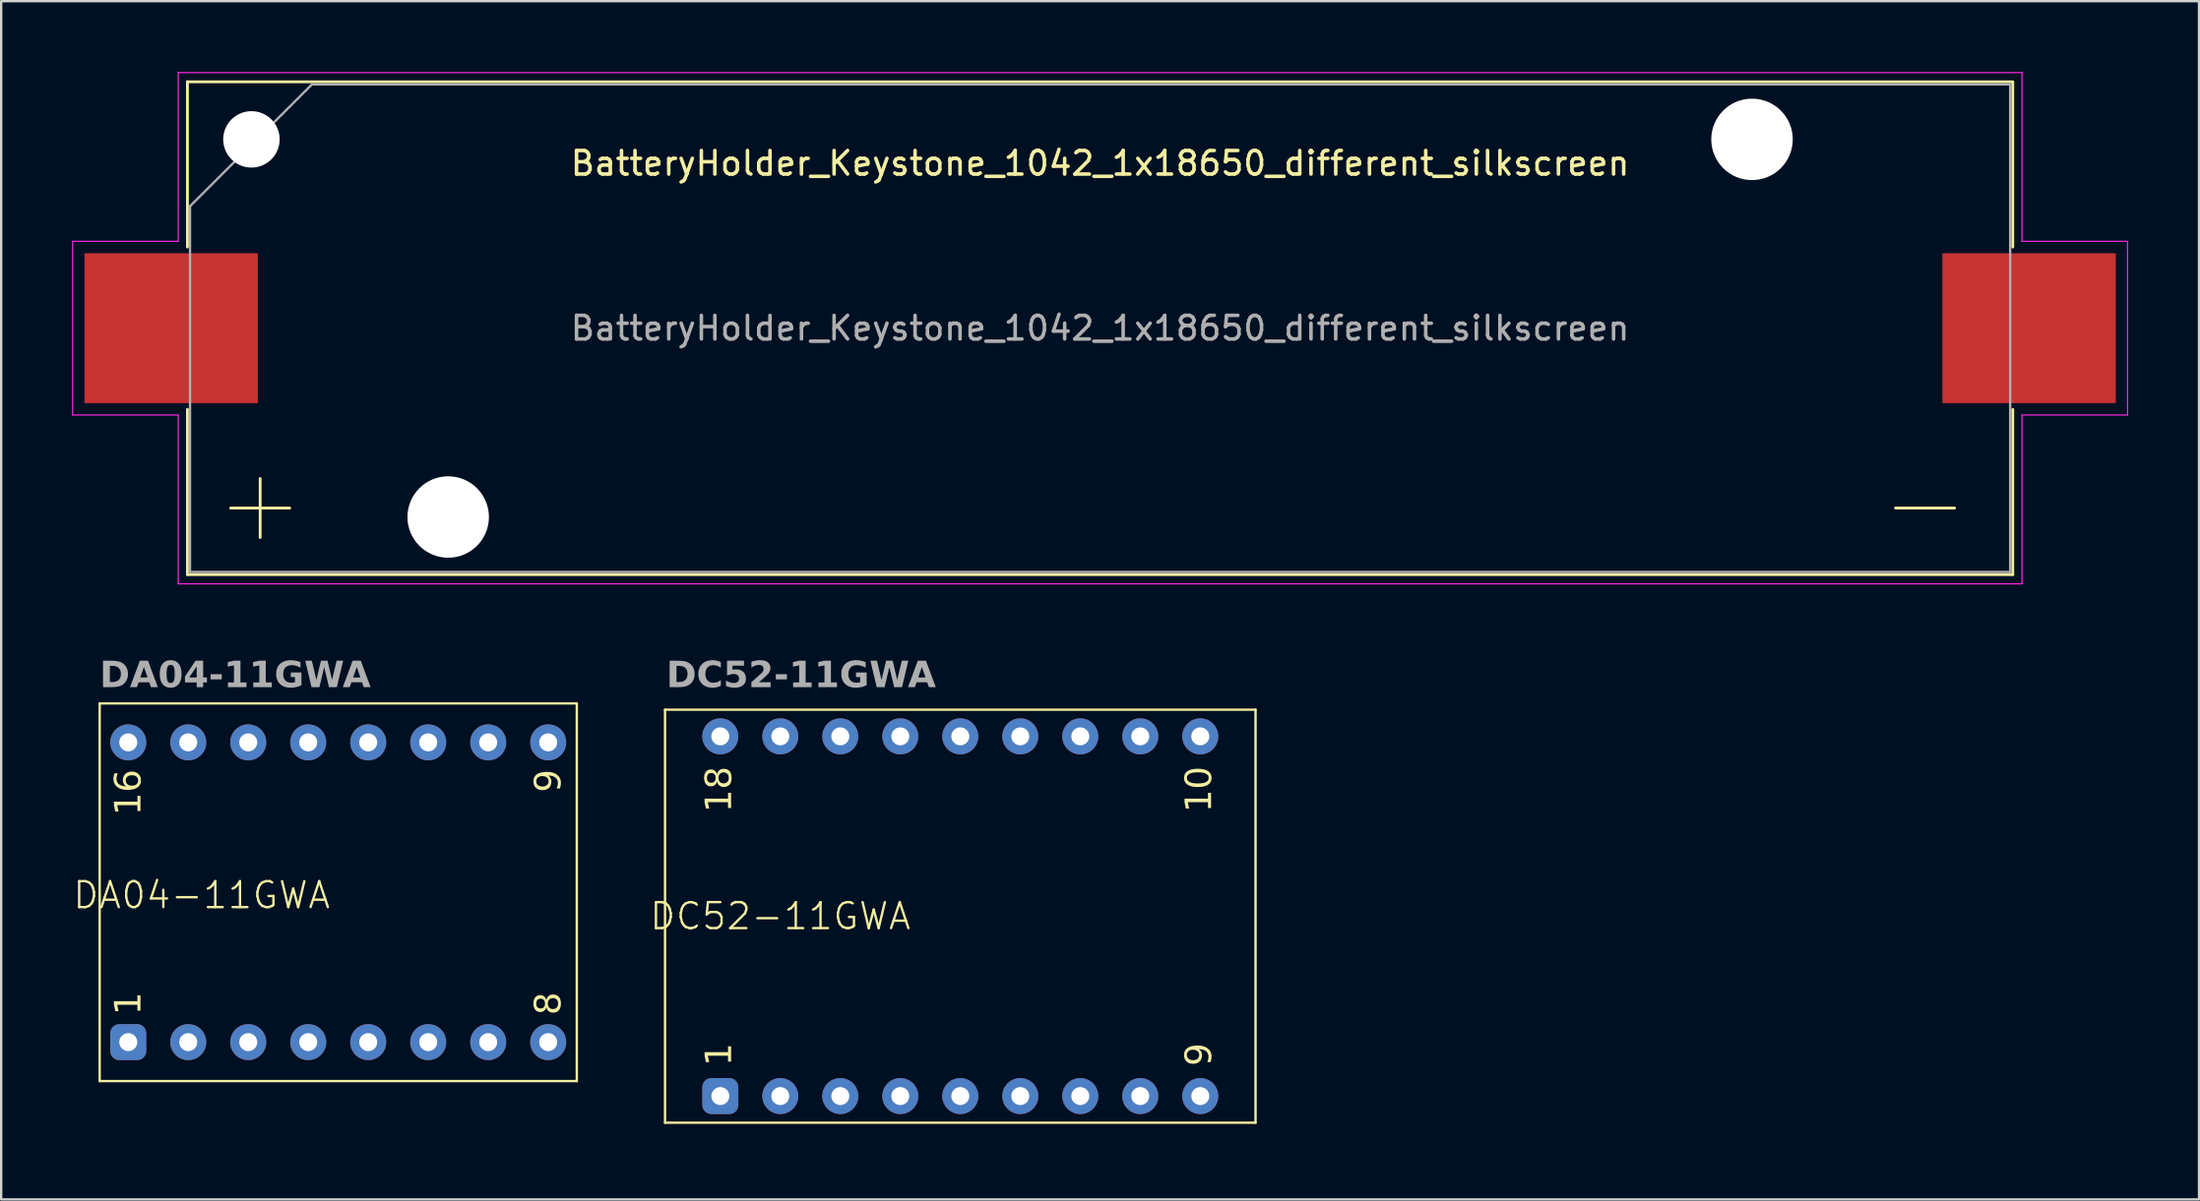
<source format=kicad_pcb>
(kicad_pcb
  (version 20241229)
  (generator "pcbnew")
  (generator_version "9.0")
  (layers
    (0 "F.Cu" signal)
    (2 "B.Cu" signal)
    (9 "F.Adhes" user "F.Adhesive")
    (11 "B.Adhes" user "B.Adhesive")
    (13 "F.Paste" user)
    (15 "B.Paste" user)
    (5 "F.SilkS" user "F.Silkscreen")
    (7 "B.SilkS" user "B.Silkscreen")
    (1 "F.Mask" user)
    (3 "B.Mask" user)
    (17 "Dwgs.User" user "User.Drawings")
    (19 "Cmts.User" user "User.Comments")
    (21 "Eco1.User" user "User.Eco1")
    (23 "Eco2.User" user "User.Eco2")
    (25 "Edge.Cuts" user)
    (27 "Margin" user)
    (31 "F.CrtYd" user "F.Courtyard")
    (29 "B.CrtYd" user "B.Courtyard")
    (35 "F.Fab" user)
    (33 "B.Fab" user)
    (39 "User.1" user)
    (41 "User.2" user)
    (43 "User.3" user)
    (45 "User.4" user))
  (footprint "BatteryHolder_Keystone_1042_1x18650_different_silkscreen"
    (layer "F.Cu")
    (at 43.525 10.855)
    (property "Reference" "BatteryHolder_Keystone_1042_1x18650_different_silkscreen" (at 0 -6.985 0) (layer "F.SilkS") (effects (font (size 1 1) (thickness 0.15))))
    (attr smd)
    (fp_line (start -38.64 -10.44) (end -38.64 -3.44) (stroke (width 0.12) (type solid)) (layer "F.SilkS"))
    (fp_line (start -38.64 10.44) (end -38.64 3.44) (stroke (width 0.12) (type solid)) (layer "F.SilkS"))
    (fp_line (start -36.81 7.62) (end -34.31 7.62) (stroke (width 0.12) (type solid)) (layer "F.SilkS"))
    (fp_line (start -35.56 8.87) (end -35.56 6.37) (stroke (width 0.12) (type solid)) (layer "F.SilkS"))
    (fp_line (start 36.175 7.62) (end 33.675 7.62) (stroke (width 0.12) (type solid)) (layer "F.SilkS"))
    (fp_line (start 38.64 -10.44) (end -38.64 -10.44) (stroke (width 0.12) (type solid)) (layer "F.SilkS"))
    (fp_line (start 38.64 -3.44) (end 38.64 -10.42) (stroke (width 0.12) (type solid)) (layer "F.SilkS"))
    (fp_line (start 38.64 3.44) (end 38.64 10.44) (stroke (width 0.12) (type solid)) (layer "F.SilkS"))
    (fp_line (start 38.64 10.44) (end -38.64 10.44) (stroke (width 0.12) (type solid)) (layer "F.SilkS"))
    (fp_line (start -43.5 -3.68) (end -39.03 -3.68) (stroke (width 0.05) (type solid)) (layer "F.CrtYd"))
    (fp_line (start -43.5 3.68) (end -43.5 -3.68) (stroke (width 0.05) (type solid)) (layer "F.CrtYd"))
    (fp_line (start -39.03 -10.83) (end -39.03 -3.68) (stroke (width 0.05) (type solid)) (layer "F.CrtYd"))
    (fp_line (start -39.03 -10.83) (end 39.03 -10.83) (stroke (width 0.05) (type solid)) (layer "F.CrtYd"))
    (fp_line (start -39.03 3.68) (end -43.5 3.68) (stroke (width 0.05) (type solid)) (layer "F.CrtYd"))
    (fp_line (start -39.03 10.83) (end -39.03 3.68) (stroke (width 0.05) (type solid)) (layer "F.CrtYd"))
    (fp_line (start -39.03 10.83) (end 39.03 10.83) (stroke (width 0.05) (type solid)) (layer "F.CrtYd"))
    (fp_line (start 39.03 -10.83) (end 39.03 -3.68) (stroke (width 0.05) (type solid)) (layer "F.CrtYd"))
    (fp_line (start 39.03 3.68) (end 43.5 3.68) (stroke (width 0.05) (type solid)) (layer "F.CrtYd"))
    (fp_line (start 39.03 10.83) (end 39.03 3.68) (stroke (width 0.05) (type solid)) (layer "F.CrtYd"))
    (fp_line (start 43.5 -3.68) (end 39.03 -3.68) (stroke (width 0.05) (type solid)) (layer "F.CrtYd"))
    (fp_line (start 43.5 3.68) (end 43.5 -3.68) (stroke (width 0.05) (type solid)) (layer "F.CrtYd"))
    (fp_line (start -38.53 -5.168) (end -38.53 10.33) (stroke (width 0.1) (type solid)) (layer "F.Fab"))
    (fp_line (start -38.53 10.33) (end 38.53 10.33) (stroke (width 0.1) (type solid)) (layer "F.Fab"))
    (fp_line (start -33.367 -10.33) (end -38.53 -5.168) (stroke (width 0.1) (type solid)) (layer "F.Fab"))
    (fp_line (start -33.367 -10.33) (end 38.53 -10.33) (stroke (width 0.1) (type solid)) (layer "F.Fab"))
    (fp_line (start 38.53 -10.33) (end 38.53 10.33) (stroke (width 0.1) (type solid)) (layer "F.Fab"))
    (fp_text user "${REFERENCE}" (at 0 0 0) (layer "F.Fab") (effects (font (size 1 1) (thickness 0.15))))
    (pad "" np_thru_hole circle (at -35.93 -8) (size 2.39 2.39) (drill 2.39) (layers "*.Cu" "*.Mask"))
    (pad "" np_thru_hole circle (at -27.6 8) (size 3.45 3.45) (drill 3.45) (layers "*.Cu" "*.Mask"))
    (pad "" np_thru_hole circle (at 27.6 -8) (size 3.45 3.45) (drill 3.45) (layers "*.Cu" "*.Mask"))
    (pad "1" smd rect (at -39.33 0) (size 7.34 6.35) (layers "F.Cu" "F.Mask" "F.Paste"))
    (pad "2" smd rect (at 39.33 0) (size 7.34 6.35) (layers "F.Cu" "F.Mask" "F.Paste")))
  (footprint "DA04-11GWA"
    (layer "F.Cu")
    (at 1.17 42.753)
    (property "Reference" "DA04-11GWA" (at 4.318 -7.874 0) (unlocked yes) (layer "F.SilkS") (effects (font (size 1.1 1.1) (thickness 0.1))))
    (attr through_hole)
    (fp_line (start 0 -16) (end 0 0) (stroke (width 0.1) (type default)) (layer "F.SilkS"))
    (fp_line (start 0 0) (end 20.2 0) (stroke (width 0.1) (type default)) (layer "F.SilkS"))
    (fp_line (start 20.2 -16) (end 0 -16) (stroke (width 0.1) (type default)) (layer "F.SilkS"))
    (fp_line (start 20.2 0) (end 20.2 -16) (stroke (width 0.1) (type default)) (layer "F.SilkS"))
    (fp_text user "9" (at 19.05 -13.208 90) (unlocked yes) (layer "F.SilkS") (effects (font (face "JetBrains Mono") (size 1.1 1.1) (thickness 0.1)) (justify right)))
    (fp_text user "1" (at 1.27 -2.794 90) (unlocked yes) (layer "F.SilkS") (effects (font (face "JetBrains Mono Medium") (size 1.1 1.1) (thickness 0.1)) (justify left)))
    (fp_text user "8" (at 19.05 -2.794 90) (unlocked yes) (layer "F.SilkS") (effects (font (face "JetBrains Mono Medium") (size 1.1 1.1) (thickness 0.1)) (justify left)))
    (fp_text user "16" (at 1.27 -13.208 90) (unlocked yes) (layer "F.SilkS") (effects (font (face "JetBrains Mono Medium") (size 1.1 1.1) (thickness 0.1)) (justify right)))
    (fp_text user "${REFERENCE}" (at 0 -17.145 0) (unlocked yes) (layer "F.Fab") (effects (font (face "JetBrains Mono Medium") (size 1.1 1.1) (thickness 0.23) (bold yes)) (justify left)))
    (pad "1" thru_hole roundrect (at 1.21 -1.65) (size 1.524 1.524) (drill 0.762) (layers "*.Cu" "*.Mask") (roundrect_rratio 0.25))
    (pad "2" thru_hole circle (at 3.75 -1.65) (size 1.524 1.524) (drill 0.762) (layers "*.Cu" "*.Mask"))
    (pad "3" thru_hole circle (at 6.29 -1.65) (size 1.524 1.524) (drill 0.762) (layers "*.Cu" "*.Mask"))
    (pad "4" thru_hole circle (at 8.83 -1.65) (size 1.524 1.524) (drill 0.762) (layers "*.Cu" "*.Mask"))
    (pad "5" thru_hole circle (at 11.37 -1.65) (size 1.524 1.524) (drill 0.762) (layers "*.Cu" "*.Mask"))
    (pad "6" thru_hole circle (at 13.91 -1.65) (size 1.524 1.524) (drill 0.762) (layers "*.Cu" "*.Mask"))
    (pad "7" thru_hole circle (at 16.45 -1.65) (size 1.524 1.524) (drill 0.762) (layers "*.Cu" "*.Mask"))
    (pad "8" thru_hole circle (at 18.99 -1.65) (size 1.524 1.524) (drill 0.762) (layers "*.Cu" "*.Mask"))
    (pad "9" thru_hole circle (at 18.99 -14.35) (size 1.524 1.524) (drill 0.762) (layers "*.Cu" "*.Mask"))
    (pad "10" thru_hole circle (at 16.45 -14.35) (size 1.524 1.524) (drill 0.762) (layers "*.Cu" "*.Mask"))
    (pad "11" thru_hole circle (at 13.91 -14.35) (size 1.524 1.524) (drill 0.762) (layers "*.Cu" "*.Mask"))
    (pad "12" thru_hole circle (at 11.37 -14.35) (size 1.524 1.524) (drill 0.762) (layers "*.Cu" "*.Mask"))
    (pad "13" thru_hole circle (at 8.83 -14.35) (size 1.524 1.524) (drill 0.762) (layers "*.Cu" "*.Mask"))
    (pad "14" thru_hole circle (at 6.29 -14.35) (size 1.524 1.524) (drill 0.762) (layers "*.Cu" "*.Mask"))
    (pad "15" thru_hole circle (at 3.75 -14.35) (size 1.524 1.524) (drill 0.762) (layers "*.Cu" "*.Mask"))
    (pad "16" thru_hole circle (at 1.21 -14.35) (size 1.524 1.524) (drill 0.762) (layers "*.Cu" "*.Mask")))
  (footprint "DC52-11GWA"
    (layer "F.Cu")
    (at 25.106 44.518)
    (property "Reference" "DC52-11GWA" (at 4.88 -8.75 0) (unlocked yes) (layer "F.SilkS") (effects (font (size 1.1 1.1) (thickness 0.1))))
    (attr through_hole)
    (fp_line (start 0 -17.5) (end 25 -17.5) (stroke (width 0.1) (type default)) (layer "F.SilkS"))
    (fp_line (start 0 0) (end 0 -17.5) (stroke (width 0.1) (type default)) (layer "F.SilkS"))
    (fp_line (start 0 0) (end 25 0) (stroke (width 0.1) (type default)) (layer "F.SilkS"))
    (fp_line (start 25 -17.5) (end 25 0) (stroke (width 0.1) (type default)) (layer "F.SilkS"))
    (fp_text user "9" (at 22.66 -2.4 90) (unlocked yes) (layer "F.SilkS") (effects (font (face "JetBrains Mono Medium") (size 1.1 1.1) (thickness 0.1)) (justify left)))
    (fp_text user "1" (at 2.34 -2.4 90) (unlocked yes) (layer "F.SilkS") (effects (font (face "JetBrains Mono Medium") (size 1.1 1.1) (thickness 0.1)) (justify left)))
    (fp_text user "18" (at 2.34 -15.1 90) (unlocked yes) (layer "F.SilkS") (effects (font (face "JetBrains Mono Medium") (size 1.1 1.1) (thickness 0.1)) (justify right)))
    (fp_text user "10" (at 22.66 -15.1 90) (unlocked yes) (layer "F.SilkS") (effects (font (face "JetBrains Mono Medium") (size 1.1 1.1) (thickness 0.1)) (justify right)))
    (fp_text user "${REFERENCE}" (at 0.054 -18.91 0) (unlocked yes) (layer "F.Fab") (effects (font (face "JetBrains Mono Medium") (size 1.1 1.1) (thickness 0.2) (bold yes)) (justify left)))
    (pad "1" thru_hole roundrect (at 2.34 -1.13) (size 1.524 1.524) (drill 0.762) (layers "*.Cu" "*.Mask") (roundrect_rratio 0.25))
    (pad "2" thru_hole circle (at 4.88 -1.13) (size 1.524 1.524) (drill 0.762) (layers "*.Cu" "*.Mask"))
    (pad "3" thru_hole circle (at 7.42 -1.13) (size 1.524 1.524) (drill 0.762) (layers "*.Cu" "*.Mask"))
    (pad "4" thru_hole circle (at 9.96 -1.13) (size 1.524 1.524) (drill 0.762) (layers "*.Cu" "*.Mask"))
    (pad "5" thru_hole circle (at 12.5 -1.13) (size 1.524 1.524) (drill 0.762) (layers "*.Cu" "*.Mask"))
    (pad "6" thru_hole circle (at 15.04 -1.13) (size 1.524 1.524) (drill 0.762) (layers "*.Cu" "*.Mask"))
    (pad "7" thru_hole circle (at 17.58 -1.13) (size 1.524 1.524) (drill 0.762) (layers "*.Cu" "*.Mask"))
    (pad "8" thru_hole circle (at 20.12 -1.13) (size 1.524 1.524) (drill 0.762) (layers "*.Cu" "*.Mask"))
    (pad "9" thru_hole circle (at 22.66 -1.13) (size 1.524 1.524) (drill 0.762) (layers "*.Cu" "*.Mask"))
    (pad "10" thru_hole circle (at 22.66 -16.37) (size 1.524 1.524) (drill 0.762) (layers "*.Cu" "*.Mask"))
    (pad "11" thru_hole circle (at 20.12 -16.37) (size 1.524 1.524) (drill 0.762) (layers "*.Cu" "*.Mask"))
    (pad "12" thru_hole circle (at 17.58 -16.37) (size 1.524 1.524) (drill 0.762) (layers "*.Cu" "*.Mask"))
    (pad "13" thru_hole circle (at 15.04 -16.37) (size 1.524 1.524) (drill 0.762) (layers "*.Cu" "*.Mask"))
    (pad "14" thru_hole circle (at 12.5 -16.37) (size 1.524 1.524) (drill 0.762) (layers "*.Cu" "*.Mask"))
    (pad "15" thru_hole circle (at 9.96 -16.37) (size 1.524 1.524) (drill 0.762) (layers "*.Cu" "*.Mask"))
    (pad "16" thru_hole circle (at 7.42 -16.37) (size 1.524 1.524) (drill 0.762) (layers "*.Cu" "*.Mask"))
    (pad "17" thru_hole circle (at 4.88 -16.37) (size 1.524 1.524) (drill 0.762) (layers "*.Cu" "B.Mask"))
    (pad "18" thru_hole circle (at 2.34 -16.37) (size 1.524 1.524) (drill 0.762) (layers "*.Cu" "*.Mask")))
  (gr_rect
    (start -3 -3)
    (end 90.05 47.768)
    (stroke (width 0.1) (type default))
    (fill no)
    (layer "Edge.Cuts")))
</source>
